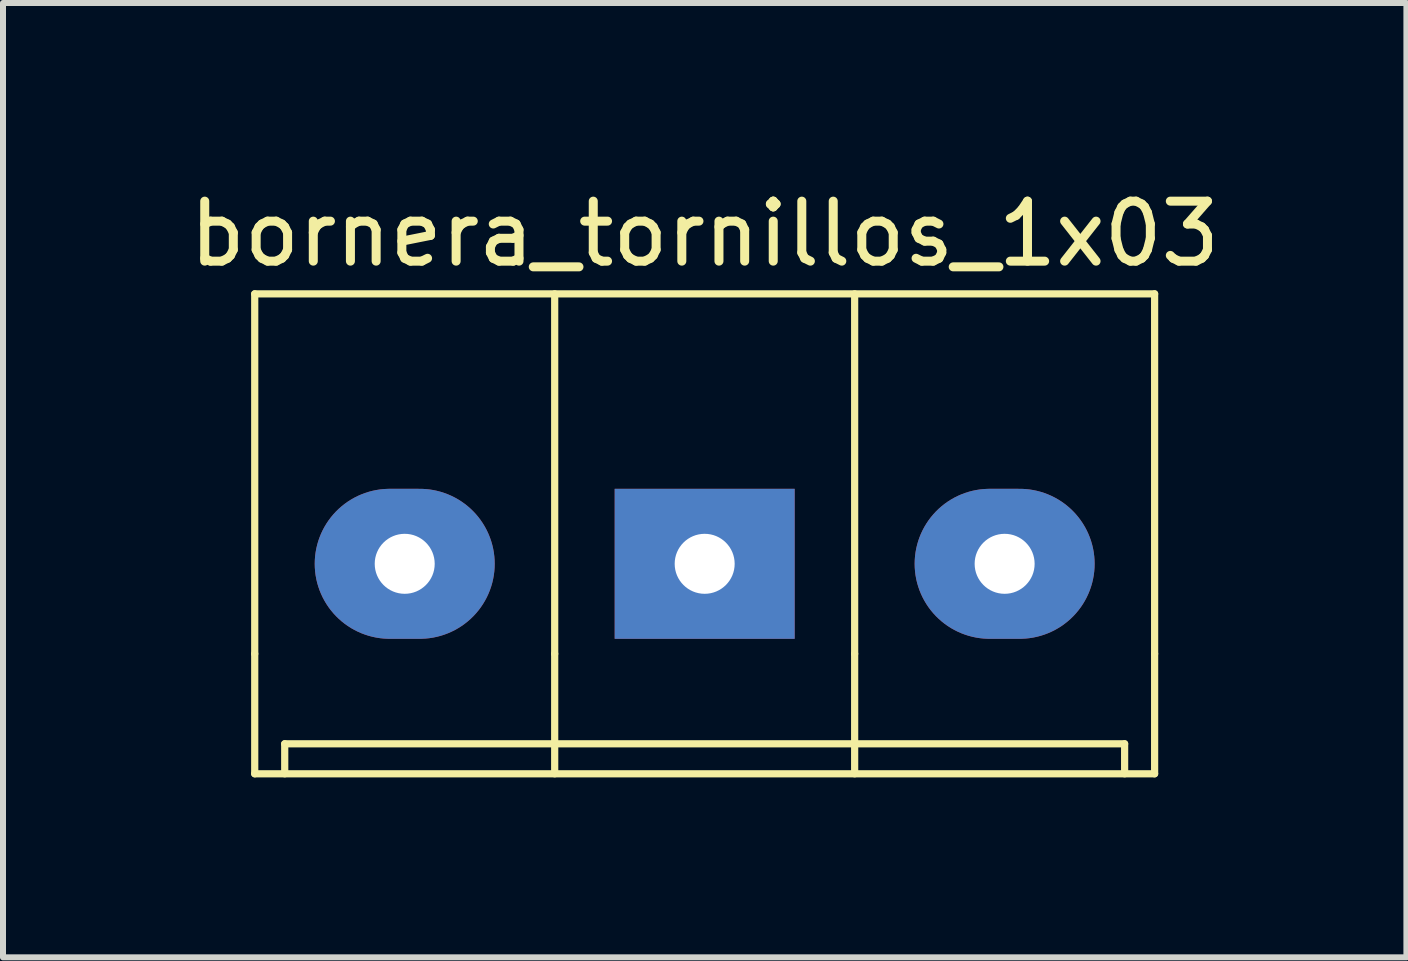
<source format=kicad_pcb>
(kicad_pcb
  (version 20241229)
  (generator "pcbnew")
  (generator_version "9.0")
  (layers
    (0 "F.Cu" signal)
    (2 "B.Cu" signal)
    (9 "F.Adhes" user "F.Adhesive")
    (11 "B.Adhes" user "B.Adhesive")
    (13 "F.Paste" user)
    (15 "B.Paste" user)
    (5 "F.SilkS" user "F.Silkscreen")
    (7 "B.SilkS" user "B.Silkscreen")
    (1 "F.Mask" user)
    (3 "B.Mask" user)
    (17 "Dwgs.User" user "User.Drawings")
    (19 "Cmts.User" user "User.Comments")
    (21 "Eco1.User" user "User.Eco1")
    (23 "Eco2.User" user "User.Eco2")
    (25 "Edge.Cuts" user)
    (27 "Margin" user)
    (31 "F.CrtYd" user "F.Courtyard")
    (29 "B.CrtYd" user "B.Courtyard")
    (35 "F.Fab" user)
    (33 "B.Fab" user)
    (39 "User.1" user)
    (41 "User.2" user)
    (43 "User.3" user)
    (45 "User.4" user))
  (footprint "bornera_tornillos_1x03"
    (layer "F.Cu")
    (at 1.196 1.848)
    (property "Reference" "bornera_tornillos_1x03" (at 7.5 -1 0) (layer "F.SilkS") (effects (font (size 1 1) (thickness 0.15))))
    (attr through_hole)
    (fp_line (start 0 0) (end 15 0) (stroke (width 0.12) (type solid)) (layer "F.SilkS"))
    (fp_line (start 0 6) (end 0 0) (stroke (width 0.12) (type solid)) (layer "F.SilkS"))
    (fp_line (start 0 6) (end 0 8) (stroke (width 0.12) (type solid)) (layer "F.SilkS"))
    (fp_line (start 0.5 7.5) (end 0.5 8) (stroke (width 0.12) (type solid)) (layer "F.SilkS"))
    (fp_line (start 0.5 7.5) (end 14.5 7.5) (stroke (width 0.12) (type solid)) (layer "F.SilkS"))
    (fp_line (start 5 0) (end 5 6) (stroke (width 0.12) (type solid)) (layer "F.SilkS"))
    (fp_line (start 5 6) (end 5 8) (stroke (width 0.12) (type solid)) (layer "F.SilkS"))
    (fp_line (start 10 0) (end 10 6) (stroke (width 0.12) (type solid)) (layer "F.SilkS"))
    (fp_line (start 10 6) (end 10 8) (stroke (width 0.12) (type solid)) (layer "F.SilkS"))
    (fp_line (start 14.5 7.5) (end 14.5 8) (stroke (width 0.12) (type solid)) (layer "F.SilkS"))
    (fp_line (start 15 0) (end 15 6) (stroke (width 0.12) (type solid)) (layer "F.SilkS"))
    (fp_line (start 15 6) (end 15 8) (stroke (width 0.12) (type solid)) (layer "F.SilkS"))
    (fp_line (start 15 8) (end 0 8) (stroke (width 0.12) (type solid)) (layer "F.SilkS"))
    (pad "1" thru_hole oval (at 2.5 4.5) (size 3 2.5) (drill 1) (layers "*.Cu" "*.Mask"))
    (pad "2" thru_hole rect (at 7.5 4.5) (size 3 2.5) (drill 1) (layers "*.Cu" "*.Mask"))
    (pad "3" thru_hole oval (at 12.5 4.5) (size 3 2.5) (drill 1) (layers "*.Cu" "*.Mask")))
  (gr_rect
    (start -3 -3)
    (end 20.393 12.908)
    (stroke (width 0.1) (type default))
    (fill no)
    (layer "Edge.Cuts")))
</source>
